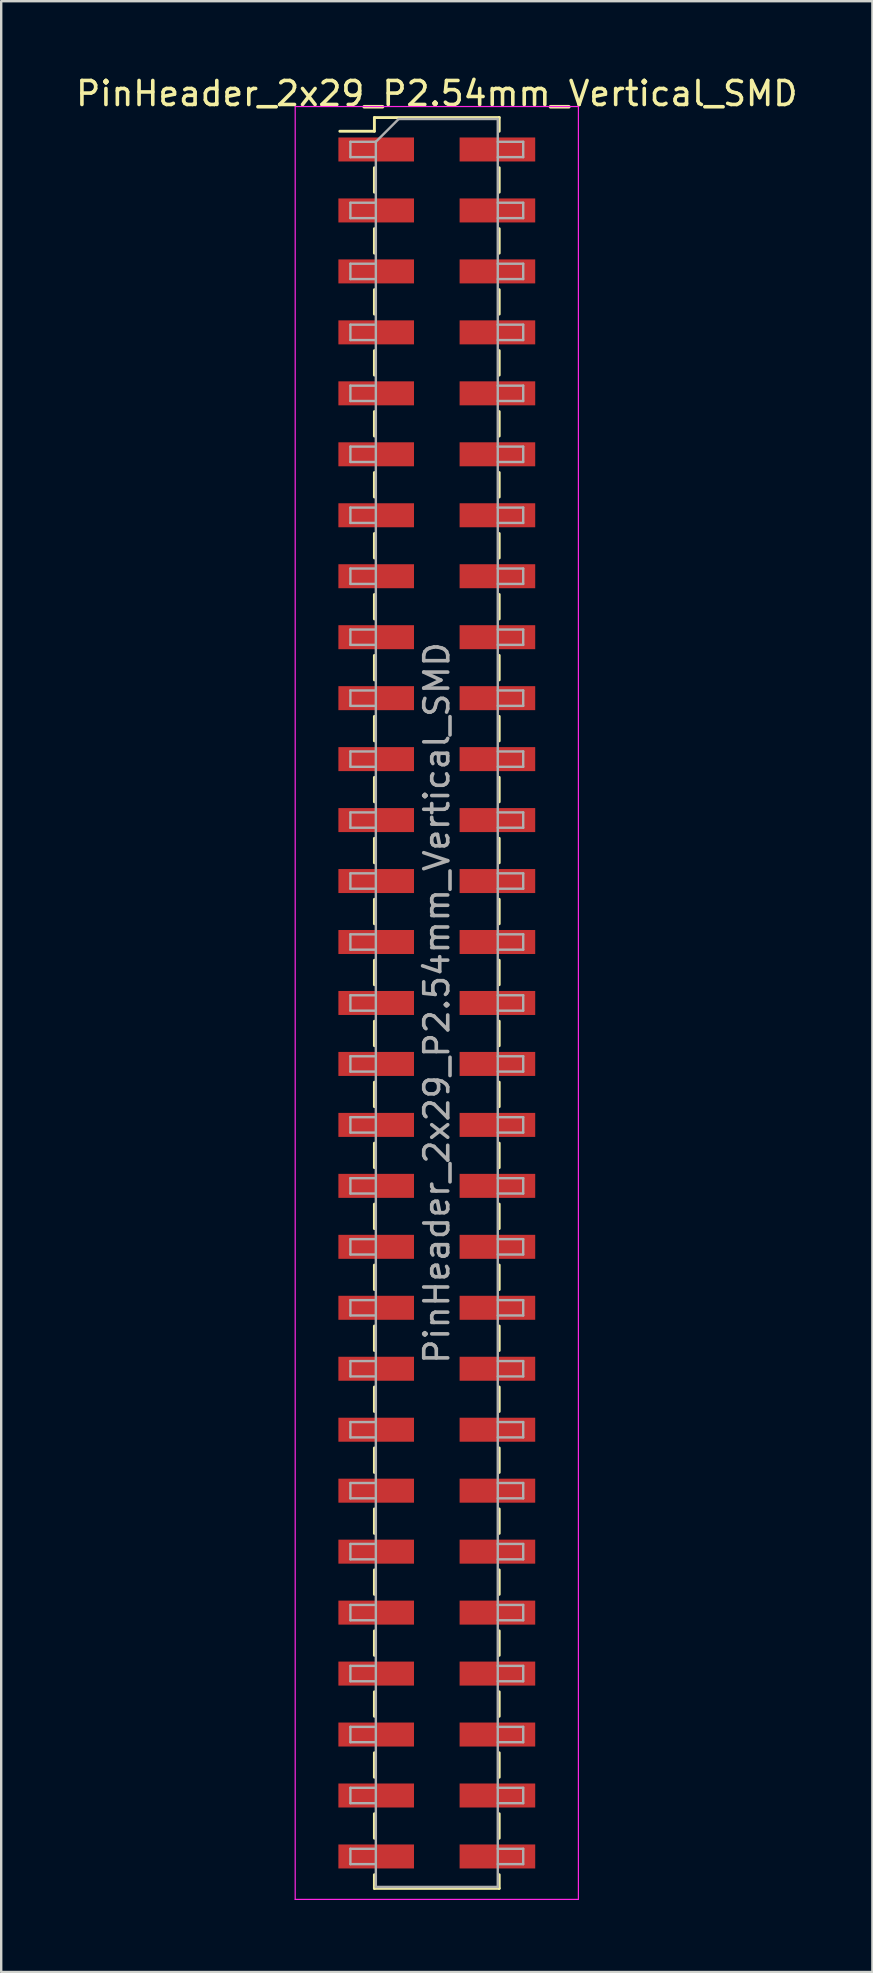
<source format=kicad_pcb>
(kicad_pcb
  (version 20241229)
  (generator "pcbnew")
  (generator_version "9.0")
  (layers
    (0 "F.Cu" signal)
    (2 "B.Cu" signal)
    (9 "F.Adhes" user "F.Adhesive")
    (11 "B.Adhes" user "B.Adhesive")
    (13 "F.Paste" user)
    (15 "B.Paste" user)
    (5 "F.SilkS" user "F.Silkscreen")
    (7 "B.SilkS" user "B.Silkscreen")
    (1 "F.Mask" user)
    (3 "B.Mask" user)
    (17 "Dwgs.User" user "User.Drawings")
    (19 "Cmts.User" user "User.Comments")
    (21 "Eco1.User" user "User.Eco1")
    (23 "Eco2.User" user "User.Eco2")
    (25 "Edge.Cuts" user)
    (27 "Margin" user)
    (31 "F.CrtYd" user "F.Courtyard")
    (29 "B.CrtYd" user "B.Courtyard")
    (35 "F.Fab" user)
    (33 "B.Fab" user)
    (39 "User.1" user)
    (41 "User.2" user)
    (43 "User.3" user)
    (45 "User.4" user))
  (footprint "PinHeader_2x29_P2.54mm_Vertical_SMD"
    (layer "F.Cu")
    (at 15.149 38.738)
    (property "Reference" "PinHeader_2x29_P2.54mm_Vertical_SMD" (at 0 -37.89 0) (layer "F.SilkS") (effects (font (size 1 1) (thickness 0.15))))
    (attr smd)
    (fp_line (start -4.04 -36.32) (end -2.6 -36.32) (stroke (width 0.12) (type solid)) (layer "F.SilkS"))
    (fp_line (start -2.6 -36.89) (end -2.6 -36.32) (stroke (width 0.12) (type solid)) (layer "F.SilkS"))
    (fp_line (start -2.6 -36.89) (end 2.6 -36.89) (stroke (width 0.12) (type solid)) (layer "F.SilkS"))
    (fp_line (start -2.6 -34.8) (end -2.6 -33.78) (stroke (width 0.12) (type solid)) (layer "F.SilkS"))
    (fp_line (start -2.6 -32.26) (end -2.6 -31.24) (stroke (width 0.12) (type solid)) (layer "F.SilkS"))
    (fp_line (start -2.6 -29.72) (end -2.6 -28.7) (stroke (width 0.12) (type solid)) (layer "F.SilkS"))
    (fp_line (start -2.6 -27.18) (end -2.6 -26.16) (stroke (width 0.12) (type solid)) (layer "F.SilkS"))
    (fp_line (start -2.6 -24.64) (end -2.6 -23.62) (stroke (width 0.12) (type solid)) (layer "F.SilkS"))
    (fp_line (start -2.6 -22.1) (end -2.6 -21.08) (stroke (width 0.12) (type solid)) (layer "F.SilkS"))
    (fp_line (start -2.6 -19.56) (end -2.6 -18.54) (stroke (width 0.12) (type solid)) (layer "F.SilkS"))
    (fp_line (start -2.6 -17.02) (end -2.6 -16) (stroke (width 0.12) (type solid)) (layer "F.SilkS"))
    (fp_line (start -2.6 -14.48) (end -2.6 -13.46) (stroke (width 0.12) (type solid)) (layer "F.SilkS"))
    (fp_line (start -2.6 -11.94) (end -2.6 -10.92) (stroke (width 0.12) (type solid)) (layer "F.SilkS"))
    (fp_line (start -2.6 -9.4) (end -2.6 -8.38) (stroke (width 0.12) (type solid)) (layer "F.SilkS"))
    (fp_line (start -2.6 -6.86) (end -2.6 -5.84) (stroke (width 0.12) (type solid)) (layer "F.SilkS"))
    (fp_line (start -2.6 -4.32) (end -2.6 -3.3) (stroke (width 0.12) (type solid)) (layer "F.SilkS"))
    (fp_line (start -2.6 -1.78) (end -2.6 -0.76) (stroke (width 0.12) (type solid)) (layer "F.SilkS"))
    (fp_line (start -2.6 0.76) (end -2.6 1.78) (stroke (width 0.12) (type solid)) (layer "F.SilkS"))
    (fp_line (start -2.6 3.3) (end -2.6 4.32) (stroke (width 0.12) (type solid)) (layer "F.SilkS"))
    (fp_line (start -2.6 5.84) (end -2.6 6.86) (stroke (width 0.12) (type solid)) (layer "F.SilkS"))
    (fp_line (start -2.6 8.38) (end -2.6 9.4) (stroke (width 0.12) (type solid)) (layer "F.SilkS"))
    (fp_line (start -2.6 10.92) (end -2.6 11.94) (stroke (width 0.12) (type solid)) (layer "F.SilkS"))
    (fp_line (start -2.6 13.46) (end -2.6 14.48) (stroke (width 0.12) (type solid)) (layer "F.SilkS"))
    (fp_line (start -2.6 16) (end -2.6 17.02) (stroke (width 0.12) (type solid)) (layer "F.SilkS"))
    (fp_line (start -2.6 18.54) (end -2.6 19.56) (stroke (width 0.12) (type solid)) (layer "F.SilkS"))
    (fp_line (start -2.6 21.08) (end -2.6 22.1) (stroke (width 0.12) (type solid)) (layer "F.SilkS"))
    (fp_line (start -2.6 23.62) (end -2.6 24.64) (stroke (width 0.12) (type solid)) (layer "F.SilkS"))
    (fp_line (start -2.6 26.16) (end -2.6 27.18) (stroke (width 0.12) (type solid)) (layer "F.SilkS"))
    (fp_line (start -2.6 28.7) (end -2.6 29.72) (stroke (width 0.12) (type solid)) (layer "F.SilkS"))
    (fp_line (start -2.6 31.24) (end -2.6 32.26) (stroke (width 0.12) (type solid)) (layer "F.SilkS"))
    (fp_line (start -2.6 33.78) (end -2.6 34.8) (stroke (width 0.12) (type solid)) (layer "F.SilkS"))
    (fp_line (start -2.6 36.32) (end -2.6 36.89) (stroke (width 0.12) (type solid)) (layer "F.SilkS"))
    (fp_line (start -2.6 36.89) (end 2.6 36.89) (stroke (width 0.12) (type solid)) (layer "F.SilkS"))
    (fp_line (start 2.6 -36.89) (end 2.6 -36.32) (stroke (width 0.12) (type solid)) (layer "F.SilkS"))
    (fp_line (start 2.6 -34.8) (end 2.6 -33.78) (stroke (width 0.12) (type solid)) (layer "F.SilkS"))
    (fp_line (start 2.6 -32.26) (end 2.6 -31.24) (stroke (width 0.12) (type solid)) (layer "F.SilkS"))
    (fp_line (start 2.6 -29.72) (end 2.6 -28.7) (stroke (width 0.12) (type solid)) (layer "F.SilkS"))
    (fp_line (start 2.6 -27.18) (end 2.6 -26.16) (stroke (width 0.12) (type solid)) (layer "F.SilkS"))
    (fp_line (start 2.6 -24.64) (end 2.6 -23.62) (stroke (width 0.12) (type solid)) (layer "F.SilkS"))
    (fp_line (start 2.6 -22.1) (end 2.6 -21.08) (stroke (width 0.12) (type solid)) (layer "F.SilkS"))
    (fp_line (start 2.6 -19.56) (end 2.6 -18.54) (stroke (width 0.12) (type solid)) (layer "F.SilkS"))
    (fp_line (start 2.6 -17.02) (end 2.6 -16) (stroke (width 0.12) (type solid)) (layer "F.SilkS"))
    (fp_line (start 2.6 -14.48) (end 2.6 -13.46) (stroke (width 0.12) (type solid)) (layer "F.SilkS"))
    (fp_line (start 2.6 -11.94) (end 2.6 -10.92) (stroke (width 0.12) (type solid)) (layer "F.SilkS"))
    (fp_line (start 2.6 -9.4) (end 2.6 -8.38) (stroke (width 0.12) (type solid)) (layer "F.SilkS"))
    (fp_line (start 2.6 -6.86) (end 2.6 -5.84) (stroke (width 0.12) (type solid)) (layer "F.SilkS"))
    (fp_line (start 2.6 -4.32) (end 2.6 -3.3) (stroke (width 0.12) (type solid)) (layer "F.SilkS"))
    (fp_line (start 2.6 -1.78) (end 2.6 -0.76) (stroke (width 0.12) (type solid)) (layer "F.SilkS"))
    (fp_line (start 2.6 0.76) (end 2.6 1.78) (stroke (width 0.12) (type solid)) (layer "F.SilkS"))
    (fp_line (start 2.6 3.3) (end 2.6 4.32) (stroke (width 0.12) (type solid)) (layer "F.SilkS"))
    (fp_line (start 2.6 5.84) (end 2.6 6.86) (stroke (width 0.12) (type solid)) (layer "F.SilkS"))
    (fp_line (start 2.6 8.38) (end 2.6 9.4) (stroke (width 0.12) (type solid)) (layer "F.SilkS"))
    (fp_line (start 2.6 10.92) (end 2.6 11.94) (stroke (width 0.12) (type solid)) (layer "F.SilkS"))
    (fp_line (start 2.6 13.46) (end 2.6 14.48) (stroke (width 0.12) (type solid)) (layer "F.SilkS"))
    (fp_line (start 2.6 16) (end 2.6 17.02) (stroke (width 0.12) (type solid)) (layer "F.SilkS"))
    (fp_line (start 2.6 18.54) (end 2.6 19.56) (stroke (width 0.12) (type solid)) (layer "F.SilkS"))
    (fp_line (start 2.6 21.08) (end 2.6 22.1) (stroke (width 0.12) (type solid)) (layer "F.SilkS"))
    (fp_line (start 2.6 23.62) (end 2.6 24.64) (stroke (width 0.12) (type solid)) (layer "F.SilkS"))
    (fp_line (start 2.6 26.16) (end 2.6 27.18) (stroke (width 0.12) (type solid)) (layer "F.SilkS"))
    (fp_line (start 2.6 28.7) (end 2.6 29.72) (stroke (width 0.12) (type solid)) (layer "F.SilkS"))
    (fp_line (start 2.6 31.24) (end 2.6 32.26) (stroke (width 0.12) (type solid)) (layer "F.SilkS"))
    (fp_line (start 2.6 33.78) (end 2.6 34.8) (stroke (width 0.12) (type solid)) (layer "F.SilkS"))
    (fp_line (start 2.6 36.32) (end 2.6 36.89) (stroke (width 0.12) (type solid)) (layer "F.SilkS"))
    (fp_line (start -5.9 -37.35) (end -5.9 37.35) (stroke (width 0.05) (type solid)) (layer "F.CrtYd"))
    (fp_line (start -5.9 37.35) (end 5.9 37.35) (stroke (width 0.05) (type solid)) (layer "F.CrtYd"))
    (fp_line (start 5.9 -37.35) (end -5.9 -37.35) (stroke (width 0.05) (type solid)) (layer "F.CrtYd"))
    (fp_line (start 5.9 37.35) (end 5.9 -37.35) (stroke (width 0.05) (type solid)) (layer "F.CrtYd"))
    (fp_line (start -3.6 -35.88) (end -3.6 -35.24) (stroke (width 0.1) (type solid)) (layer "F.Fab"))
    (fp_line (start -3.6 -35.24) (end -2.54 -35.24) (stroke (width 0.1) (type solid)) (layer "F.Fab"))
    (fp_line (start -3.6 -33.34) (end -3.6 -32.7) (stroke (width 0.1) (type solid)) (layer "F.Fab"))
    (fp_line (start -3.6 -32.7) (end -2.54 -32.7) (stroke (width 0.1) (type solid)) (layer "F.Fab"))
    (fp_line (start -3.6 -30.8) (end -3.6 -30.16) (stroke (width 0.1) (type solid)) (layer "F.Fab"))
    (fp_line (start -3.6 -30.16) (end -2.54 -30.16) (stroke (width 0.1) (type solid)) (layer "F.Fab"))
    (fp_line (start -3.6 -28.26) (end -3.6 -27.62) (stroke (width 0.1) (type solid)) (layer "F.Fab"))
    (fp_line (start -3.6 -27.62) (end -2.54 -27.62) (stroke (width 0.1) (type solid)) (layer "F.Fab"))
    (fp_line (start -3.6 -25.72) (end -3.6 -25.08) (stroke (width 0.1) (type solid)) (layer "F.Fab"))
    (fp_line (start -3.6 -25.08) (end -2.54 -25.08) (stroke (width 0.1) (type solid)) (layer "F.Fab"))
    (fp_line (start -3.6 -23.18) (end -3.6 -22.54) (stroke (width 0.1) (type solid)) (layer "F.Fab"))
    (fp_line (start -3.6 -22.54) (end -2.54 -22.54) (stroke (width 0.1) (type solid)) (layer "F.Fab"))
    (fp_line (start -3.6 -20.64) (end -3.6 -20) (stroke (width 0.1) (type solid)) (layer "F.Fab"))
    (fp_line (start -3.6 -20) (end -2.54 -20) (stroke (width 0.1) (type solid)) (layer "F.Fab"))
    (fp_line (start -3.6 -18.1) (end -3.6 -17.46) (stroke (width 0.1) (type solid)) (layer "F.Fab"))
    (fp_line (start -3.6 -17.46) (end -2.54 -17.46) (stroke (width 0.1) (type solid)) (layer "F.Fab"))
    (fp_line (start -3.6 -15.56) (end -3.6 -14.92) (stroke (width 0.1) (type solid)) (layer "F.Fab"))
    (fp_line (start -3.6 -14.92) (end -2.54 -14.92) (stroke (width 0.1) (type solid)) (layer "F.Fab"))
    (fp_line (start -3.6 -13.02) (end -3.6 -12.38) (stroke (width 0.1) (type solid)) (layer "F.Fab"))
    (fp_line (start -3.6 -12.38) (end -2.54 -12.38) (stroke (width 0.1) (type solid)) (layer "F.Fab"))
    (fp_line (start -3.6 -10.48) (end -3.6 -9.84) (stroke (width 0.1) (type solid)) (layer "F.Fab"))
    (fp_line (start -3.6 -9.84) (end -2.54 -9.84) (stroke (width 0.1) (type solid)) (layer "F.Fab"))
    (fp_line (start -3.6 -7.94) (end -3.6 -7.3) (stroke (width 0.1) (type solid)) (layer "F.Fab"))
    (fp_line (start -3.6 -7.3) (end -2.54 -7.3) (stroke (width 0.1) (type solid)) (layer "F.Fab"))
    (fp_line (start -3.6 -5.4) (end -3.6 -4.76) (stroke (width 0.1) (type solid)) (layer "F.Fab"))
    (fp_line (start -3.6 -4.76) (end -2.54 -4.76) (stroke (width 0.1) (type solid)) (layer "F.Fab"))
    (fp_line (start -3.6 -2.86) (end -3.6 -2.22) (stroke (width 0.1) (type solid)) (layer "F.Fab"))
    (fp_line (start -3.6 -2.22) (end -2.54 -2.22) (stroke (width 0.1) (type solid)) (layer "F.Fab"))
    (fp_line (start -3.6 -0.32) (end -3.6 0.32) (stroke (width 0.1) (type solid)) (layer "F.Fab"))
    (fp_line (start -3.6 0.32) (end -2.54 0.32) (stroke (width 0.1) (type solid)) (layer "F.Fab"))
    (fp_line (start -3.6 2.22) (end -3.6 2.86) (stroke (width 0.1) (type solid)) (layer "F.Fab"))
    (fp_line (start -3.6 2.86) (end -2.54 2.86) (stroke (width 0.1) (type solid)) (layer "F.Fab"))
    (fp_line (start -3.6 4.76) (end -3.6 5.4) (stroke (width 0.1) (type solid)) (layer "F.Fab"))
    (fp_line (start -3.6 5.4) (end -2.54 5.4) (stroke (width 0.1) (type solid)) (layer "F.Fab"))
    (fp_line (start -3.6 7.3) (end -3.6 7.94) (stroke (width 0.1) (type solid)) (layer "F.Fab"))
    (fp_line (start -3.6 7.94) (end -2.54 7.94) (stroke (width 0.1) (type solid)) (layer "F.Fab"))
    (fp_line (start -3.6 9.84) (end -3.6 10.48) (stroke (width 0.1) (type solid)) (layer "F.Fab"))
    (fp_line (start -3.6 10.48) (end -2.54 10.48) (stroke (width 0.1) (type solid)) (layer "F.Fab"))
    (fp_line (start -3.6 12.38) (end -3.6 13.02) (stroke (width 0.1) (type solid)) (layer "F.Fab"))
    (fp_line (start -3.6 13.02) (end -2.54 13.02) (stroke (width 0.1) (type solid)) (layer "F.Fab"))
    (fp_line (start -3.6 14.92) (end -3.6 15.56) (stroke (width 0.1) (type solid)) (layer "F.Fab"))
    (fp_line (start -3.6 15.56) (end -2.54 15.56) (stroke (width 0.1) (type solid)) (layer "F.Fab"))
    (fp_line (start -3.6 17.46) (end -3.6 18.1) (stroke (width 0.1) (type solid)) (layer "F.Fab"))
    (fp_line (start -3.6 18.1) (end -2.54 18.1) (stroke (width 0.1) (type solid)) (layer "F.Fab"))
    (fp_line (start -3.6 20) (end -3.6 20.64) (stroke (width 0.1) (type solid)) (layer "F.Fab"))
    (fp_line (start -3.6 20.64) (end -2.54 20.64) (stroke (width 0.1) (type solid)) (layer "F.Fab"))
    (fp_line (start -3.6 22.54) (end -3.6 23.18) (stroke (width 0.1) (type solid)) (layer "F.Fab"))
    (fp_line (start -3.6 23.18) (end -2.54 23.18) (stroke (width 0.1) (type solid)) (layer "F.Fab"))
    (fp_line (start -3.6 25.08) (end -3.6 25.72) (stroke (width 0.1) (type solid)) (layer "F.Fab"))
    (fp_line (start -3.6 25.72) (end -2.54 25.72) (stroke (width 0.1) (type solid)) (layer "F.Fab"))
    (fp_line (start -3.6 27.62) (end -3.6 28.26) (stroke (width 0.1) (type solid)) (layer "F.Fab"))
    (fp_line (start -3.6 28.26) (end -2.54 28.26) (stroke (width 0.1) (type solid)) (layer "F.Fab"))
    (fp_line (start -3.6 30.16) (end -3.6 30.8) (stroke (width 0.1) (type solid)) (layer "F.Fab"))
    (fp_line (start -3.6 30.8) (end -2.54 30.8) (stroke (width 0.1) (type solid)) (layer "F.Fab"))
    (fp_line (start -3.6 32.7) (end -3.6 33.34) (stroke (width 0.1) (type solid)) (layer "F.Fab"))
    (fp_line (start -3.6 33.34) (end -2.54 33.34) (stroke (width 0.1) (type solid)) (layer "F.Fab"))
    (fp_line (start -3.6 35.24) (end -3.6 35.88) (stroke (width 0.1) (type solid)) (layer "F.Fab"))
    (fp_line (start -3.6 35.88) (end -2.54 35.88) (stroke (width 0.1) (type solid)) (layer "F.Fab"))
    (fp_line (start -2.54 -35.88) (end -3.6 -35.88) (stroke (width 0.1) (type solid)) (layer "F.Fab"))
    (fp_line (start -2.54 -35.88) (end -1.59 -36.83) (stroke (width 0.1) (type solid)) (layer "F.Fab"))
    (fp_line (start -2.54 -33.34) (end -3.6 -33.34) (stroke (width 0.1) (type solid)) (layer "F.Fab"))
    (fp_line (start -2.54 -30.8) (end -3.6 -30.8) (stroke (width 0.1) (type solid)) (layer "F.Fab"))
    (fp_line (start -2.54 -28.26) (end -3.6 -28.26) (stroke (width 0.1) (type solid)) (layer "F.Fab"))
    (fp_line (start -2.54 -25.72) (end -3.6 -25.72) (stroke (width 0.1) (type solid)) (layer "F.Fab"))
    (fp_line (start -2.54 -23.18) (end -3.6 -23.18) (stroke (width 0.1) (type solid)) (layer "F.Fab"))
    (fp_line (start -2.54 -20.64) (end -3.6 -20.64) (stroke (width 0.1) (type solid)) (layer "F.Fab"))
    (fp_line (start -2.54 -18.1) (end -3.6 -18.1) (stroke (width 0.1) (type solid)) (layer "F.Fab"))
    (fp_line (start -2.54 -15.56) (end -3.6 -15.56) (stroke (width 0.1) (type solid)) (layer "F.Fab"))
    (fp_line (start -2.54 -13.02) (end -3.6 -13.02) (stroke (width 0.1) (type solid)) (layer "F.Fab"))
    (fp_line (start -2.54 -10.48) (end -3.6 -10.48) (stroke (width 0.1) (type solid)) (layer "F.Fab"))
    (fp_line (start -2.54 -7.94) (end -3.6 -7.94) (stroke (width 0.1) (type solid)) (layer "F.Fab"))
    (fp_line (start -2.54 -5.4) (end -3.6 -5.4) (stroke (width 0.1) (type solid)) (layer "F.Fab"))
    (fp_line (start -2.54 -2.86) (end -3.6 -2.86) (stroke (width 0.1) (type solid)) (layer "F.Fab"))
    (fp_line (start -2.54 -0.32) (end -3.6 -0.32) (stroke (width 0.1) (type solid)) (layer "F.Fab"))
    (fp_line (start -2.54 2.22) (end -3.6 2.22) (stroke (width 0.1) (type solid)) (layer "F.Fab"))
    (fp_line (start -2.54 4.76) (end -3.6 4.76) (stroke (width 0.1) (type solid)) (layer "F.Fab"))
    (fp_line (start -2.54 7.3) (end -3.6 7.3) (stroke (width 0.1) (type solid)) (layer "F.Fab"))
    (fp_line (start -2.54 9.84) (end -3.6 9.84) (stroke (width 0.1) (type solid)) (layer "F.Fab"))
    (fp_line (start -2.54 12.38) (end -3.6 12.38) (stroke (width 0.1) (type solid)) (layer "F.Fab"))
    (fp_line (start -2.54 14.92) (end -3.6 14.92) (stroke (width 0.1) (type solid)) (layer "F.Fab"))
    (fp_line (start -2.54 17.46) (end -3.6 17.46) (stroke (width 0.1) (type solid)) (layer "F.Fab"))
    (fp_line (start -2.54 20) (end -3.6 20) (stroke (width 0.1) (type solid)) (layer "F.Fab"))
    (fp_line (start -2.54 22.54) (end -3.6 22.54) (stroke (width 0.1) (type solid)) (layer "F.Fab"))
    (fp_line (start -2.54 25.08) (end -3.6 25.08) (stroke (width 0.1) (type solid)) (layer "F.Fab"))
    (fp_line (start -2.54 27.62) (end -3.6 27.62) (stroke (width 0.1) (type solid)) (layer "F.Fab"))
    (fp_line (start -2.54 30.16) (end -3.6 30.16) (stroke (width 0.1) (type solid)) (layer "F.Fab"))
    (fp_line (start -2.54 32.7) (end -3.6 32.7) (stroke (width 0.1) (type solid)) (layer "F.Fab"))
    (fp_line (start -2.54 35.24) (end -3.6 35.24) (stroke (width 0.1) (type solid)) (layer "F.Fab"))
    (fp_line (start -2.54 36.83) (end -2.54 -35.88) (stroke (width 0.1) (type solid)) (layer "F.Fab"))
    (fp_line (start -1.59 -36.83) (end 2.54 -36.83) (stroke (width 0.1) (type solid)) (layer "F.Fab"))
    (fp_line (start 2.54 -36.83) (end 2.54 36.83) (stroke (width 0.1) (type solid)) (layer "F.Fab"))
    (fp_line (start 2.54 -35.88) (end 3.6 -35.88) (stroke (width 0.1) (type solid)) (layer "F.Fab"))
    (fp_line (start 2.54 -33.34) (end 3.6 -33.34) (stroke (width 0.1) (type solid)) (layer "F.Fab"))
    (fp_line (start 2.54 -30.8) (end 3.6 -30.8) (stroke (width 0.1) (type solid)) (layer "F.Fab"))
    (fp_line (start 2.54 -28.26) (end 3.6 -28.26) (stroke (width 0.1) (type solid)) (layer "F.Fab"))
    (fp_line (start 2.54 -25.72) (end 3.6 -25.72) (stroke (width 0.1) (type solid)) (layer "F.Fab"))
    (fp_line (start 2.54 -23.18) (end 3.6 -23.18) (stroke (width 0.1) (type solid)) (layer "F.Fab"))
    (fp_line (start 2.54 -20.64) (end 3.6 -20.64) (stroke (width 0.1) (type solid)) (layer "F.Fab"))
    (fp_line (start 2.54 -18.1) (end 3.6 -18.1) (stroke (width 0.1) (type solid)) (layer "F.Fab"))
    (fp_line (start 2.54 -15.56) (end 3.6 -15.56) (stroke (width 0.1) (type solid)) (layer "F.Fab"))
    (fp_line (start 2.54 -13.02) (end 3.6 -13.02) (stroke (width 0.1) (type solid)) (layer "F.Fab"))
    (fp_line (start 2.54 -10.48) (end 3.6 -10.48) (stroke (width 0.1) (type solid)) (layer "F.Fab"))
    (fp_line (start 2.54 -7.94) (end 3.6 -7.94) (stroke (width 0.1) (type solid)) (layer "F.Fab"))
    (fp_line (start 2.54 -5.4) (end 3.6 -5.4) (stroke (width 0.1) (type solid)) (layer "F.Fab"))
    (fp_line (start 2.54 -2.86) (end 3.6 -2.86) (stroke (width 0.1) (type solid)) (layer "F.Fab"))
    (fp_line (start 2.54 -0.32) (end 3.6 -0.32) (stroke (width 0.1) (type solid)) (layer "F.Fab"))
    (fp_line (start 2.54 2.22) (end 3.6 2.22) (stroke (width 0.1) (type solid)) (layer "F.Fab"))
    (fp_line (start 2.54 4.76) (end 3.6 4.76) (stroke (width 0.1) (type solid)) (layer "F.Fab"))
    (fp_line (start 2.54 7.3) (end 3.6 7.3) (stroke (width 0.1) (type solid)) (layer "F.Fab"))
    (fp_line (start 2.54 9.84) (end 3.6 9.84) (stroke (width 0.1) (type solid)) (layer "F.Fab"))
    (fp_line (start 2.54 12.38) (end 3.6 12.38) (stroke (width 0.1) (type solid)) (layer "F.Fab"))
    (fp_line (start 2.54 14.92) (end 3.6 14.92) (stroke (width 0.1) (type solid)) (layer "F.Fab"))
    (fp_line (start 2.54 17.46) (end 3.6 17.46) (stroke (width 0.1) (type solid)) (layer "F.Fab"))
    (fp_line (start 2.54 20) (end 3.6 20) (stroke (width 0.1) (type solid)) (layer "F.Fab"))
    (fp_line (start 2.54 22.54) (end 3.6 22.54) (stroke (width 0.1) (type solid)) (layer "F.Fab"))
    (fp_line (start 2.54 25.08) (end 3.6 25.08) (stroke (width 0.1) (type solid)) (layer "F.Fab"))
    (fp_line (start 2.54 27.62) (end 3.6 27.62) (stroke (width 0.1) (type solid)) (layer "F.Fab"))
    (fp_line (start 2.54 30.16) (end 3.6 30.16) (stroke (width 0.1) (type solid)) (layer "F.Fab"))
    (fp_line (start 2.54 32.7) (end 3.6 32.7) (stroke (width 0.1) (type solid)) (layer "F.Fab"))
    (fp_line (start 2.54 35.24) (end 3.6 35.24) (stroke (width 0.1) (type solid)) (layer "F.Fab"))
    (fp_line (start 2.54 36.83) (end -2.54 36.83) (stroke (width 0.1) (type solid)) (layer "F.Fab"))
    (fp_line (start 3.6 -35.88) (end 3.6 -35.24) (stroke (width 0.1) (type solid)) (layer "F.Fab"))
    (fp_line (start 3.6 -35.24) (end 2.54 -35.24) (stroke (width 0.1) (type solid)) (layer "F.Fab"))
    (fp_line (start 3.6 -33.34) (end 3.6 -32.7) (stroke (width 0.1) (type solid)) (layer "F.Fab"))
    (fp_line (start 3.6 -32.7) (end 2.54 -32.7) (stroke (width 0.1) (type solid)) (layer "F.Fab"))
    (fp_line (start 3.6 -30.8) (end 3.6 -30.16) (stroke (width 0.1) (type solid)) (layer "F.Fab"))
    (fp_line (start 3.6 -30.16) (end 2.54 -30.16) (stroke (width 0.1) (type solid)) (layer "F.Fab"))
    (fp_line (start 3.6 -28.26) (end 3.6 -27.62) (stroke (width 0.1) (type solid)) (layer "F.Fab"))
    (fp_line (start 3.6 -27.62) (end 2.54 -27.62) (stroke (width 0.1) (type solid)) (layer "F.Fab"))
    (fp_line (start 3.6 -25.72) (end 3.6 -25.08) (stroke (width 0.1) (type solid)) (layer "F.Fab"))
    (fp_line (start 3.6 -25.08) (end 2.54 -25.08) (stroke (width 0.1) (type solid)) (layer "F.Fab"))
    (fp_line (start 3.6 -23.18) (end 3.6 -22.54) (stroke (width 0.1) (type solid)) (layer "F.Fab"))
    (fp_line (start 3.6 -22.54) (end 2.54 -22.54) (stroke (width 0.1) (type solid)) (layer "F.Fab"))
    (fp_line (start 3.6 -20.64) (end 3.6 -20) (stroke (width 0.1) (type solid)) (layer "F.Fab"))
    (fp_line (start 3.6 -20) (end 2.54 -20) (stroke (width 0.1) (type solid)) (layer "F.Fab"))
    (fp_line (start 3.6 -18.1) (end 3.6 -17.46) (stroke (width 0.1) (type solid)) (layer "F.Fab"))
    (fp_line (start 3.6 -17.46) (end 2.54 -17.46) (stroke (width 0.1) (type solid)) (layer "F.Fab"))
    (fp_line (start 3.6 -15.56) (end 3.6 -14.92) (stroke (width 0.1) (type solid)) (layer "F.Fab"))
    (fp_line (start 3.6 -14.92) (end 2.54 -14.92) (stroke (width 0.1) (type solid)) (layer "F.Fab"))
    (fp_line (start 3.6 -13.02) (end 3.6 -12.38) (stroke (width 0.1) (type solid)) (layer "F.Fab"))
    (fp_line (start 3.6 -12.38) (end 2.54 -12.38) (stroke (width 0.1) (type solid)) (layer "F.Fab"))
    (fp_line (start 3.6 -10.48) (end 3.6 -9.84) (stroke (width 0.1) (type solid)) (layer "F.Fab"))
    (fp_line (start 3.6 -9.84) (end 2.54 -9.84) (stroke (width 0.1) (type solid)) (layer "F.Fab"))
    (fp_line (start 3.6 -7.94) (end 3.6 -7.3) (stroke (width 0.1) (type solid)) (layer "F.Fab"))
    (fp_line (start 3.6 -7.3) (end 2.54 -7.3) (stroke (width 0.1) (type solid)) (layer "F.Fab"))
    (fp_line (start 3.6 -5.4) (end 3.6 -4.76) (stroke (width 0.1) (type solid)) (layer "F.Fab"))
    (fp_line (start 3.6 -4.76) (end 2.54 -4.76) (stroke (width 0.1) (type solid)) (layer "F.Fab"))
    (fp_line (start 3.6 -2.86) (end 3.6 -2.22) (stroke (width 0.1) (type solid)) (layer "F.Fab"))
    (fp_line (start 3.6 -2.22) (end 2.54 -2.22) (stroke (width 0.1) (type solid)) (layer "F.Fab"))
    (fp_line (start 3.6 -0.32) (end 3.6 0.32) (stroke (width 0.1) (type solid)) (layer "F.Fab"))
    (fp_line (start 3.6 0.32) (end 2.54 0.32) (stroke (width 0.1) (type solid)) (layer "F.Fab"))
    (fp_line (start 3.6 2.22) (end 3.6 2.86) (stroke (width 0.1) (type solid)) (layer "F.Fab"))
    (fp_line (start 3.6 2.86) (end 2.54 2.86) (stroke (width 0.1) (type solid)) (layer "F.Fab"))
    (fp_line (start 3.6 4.76) (end 3.6 5.4) (stroke (width 0.1) (type solid)) (layer "F.Fab"))
    (fp_line (start 3.6 5.4) (end 2.54 5.4) (stroke (width 0.1) (type solid)) (layer "F.Fab"))
    (fp_line (start 3.6 7.3) (end 3.6 7.94) (stroke (width 0.1) (type solid)) (layer "F.Fab"))
    (fp_line (start 3.6 7.94) (end 2.54 7.94) (stroke (width 0.1) (type solid)) (layer "F.Fab"))
    (fp_line (start 3.6 9.84) (end 3.6 10.48) (stroke (width 0.1) (type solid)) (layer "F.Fab"))
    (fp_line (start 3.6 10.48) (end 2.54 10.48) (stroke (width 0.1) (type solid)) (layer "F.Fab"))
    (fp_line (start 3.6 12.38) (end 3.6 13.02) (stroke (width 0.1) (type solid)) (layer "F.Fab"))
    (fp_line (start 3.6 13.02) (end 2.54 13.02) (stroke (width 0.1) (type solid)) (layer "F.Fab"))
    (fp_line (start 3.6 14.92) (end 3.6 15.56) (stroke (width 0.1) (type solid)) (layer "F.Fab"))
    (fp_line (start 3.6 15.56) (end 2.54 15.56) (stroke (width 0.1) (type solid)) (layer "F.Fab"))
    (fp_line (start 3.6 17.46) (end 3.6 18.1) (stroke (width 0.1) (type solid)) (layer "F.Fab"))
    (fp_line (start 3.6 18.1) (end 2.54 18.1) (stroke (width 0.1) (type solid)) (layer "F.Fab"))
    (fp_line (start 3.6 20) (end 3.6 20.64) (stroke (width 0.1) (type solid)) (layer "F.Fab"))
    (fp_line (start 3.6 20.64) (end 2.54 20.64) (stroke (width 0.1) (type solid)) (layer "F.Fab"))
    (fp_line (start 3.6 22.54) (end 3.6 23.18) (stroke (width 0.1) (type solid)) (layer "F.Fab"))
    (fp_line (start 3.6 23.18) (end 2.54 23.18) (stroke (width 0.1) (type solid)) (layer "F.Fab"))
    (fp_line (start 3.6 25.08) (end 3.6 25.72) (stroke (width 0.1) (type solid)) (layer "F.Fab"))
    (fp_line (start 3.6 25.72) (end 2.54 25.72) (stroke (width 0.1) (type solid)) (layer "F.Fab"))
    (fp_line (start 3.6 27.62) (end 3.6 28.26) (stroke (width 0.1) (type solid)) (layer "F.Fab"))
    (fp_line (start 3.6 28.26) (end 2.54 28.26) (stroke (width 0.1) (type solid)) (layer "F.Fab"))
    (fp_line (start 3.6 30.16) (end 3.6 30.8) (stroke (width 0.1) (type solid)) (layer "F.Fab"))
    (fp_line (start 3.6 30.8) (end 2.54 30.8) (stroke (width 0.1) (type solid)) (layer "F.Fab"))
    (fp_line (start 3.6 32.7) (end 3.6 33.34) (stroke (width 0.1) (type solid)) (layer "F.Fab"))
    (fp_line (start 3.6 33.34) (end 2.54 33.34) (stroke (width 0.1) (type solid)) (layer "F.Fab"))
    (fp_line (start 3.6 35.24) (end 3.6 35.88) (stroke (width 0.1) (type solid)) (layer "F.Fab"))
    (fp_line (start 3.6 35.88) (end 2.54 35.88) (stroke (width 0.1) (type solid)) (layer "F.Fab"))
    (fp_text user "${REFERENCE}" (at 0 0 90) (layer "F.Fab") (effects (font (size 1 1) (thickness 0.15))))
    (pad "1" smd rect (at -2.525 -35.56) (size 3.15 1) (layers "F.Cu" "F.Mask" "F.Paste"))
    (pad "2" smd rect (at 2.525 -35.56) (size 3.15 1) (layers "F.Cu" "F.Mask" "F.Paste"))
    (pad "3" smd rect (at -2.525 -33.02) (size 3.15 1) (layers "F.Cu" "F.Mask" "F.Paste"))
    (pad "4" smd rect (at 2.525 -33.02) (size 3.15 1) (layers "F.Cu" "F.Mask" "F.Paste"))
    (pad "5" smd rect (at -2.525 -30.48) (size 3.15 1) (layers "F.Cu" "F.Mask" "F.Paste"))
    (pad "6" smd rect (at 2.525 -30.48) (size 3.15 1) (layers "F.Cu" "F.Mask" "F.Paste"))
    (pad "7" smd rect (at -2.525 -27.94) (size 3.15 1) (layers "F.Cu" "F.Mask" "F.Paste"))
    (pad "8" smd rect (at 2.525 -27.94) (size 3.15 1) (layers "F.Cu" "F.Mask" "F.Paste"))
    (pad "9" smd rect (at -2.525 -25.4) (size 3.15 1) (layers "F.Cu" "F.Mask" "F.Paste"))
    (pad "10" smd rect (at 2.525 -25.4) (size 3.15 1) (layers "F.Cu" "F.Mask" "F.Paste"))
    (pad "11" smd rect (at -2.525 -22.86) (size 3.15 1) (layers "F.Cu" "F.Mask" "F.Paste"))
    (pad "12" smd rect (at 2.525 -22.86) (size 3.15 1) (layers "F.Cu" "F.Mask" "F.Paste"))
    (pad "13" smd rect (at -2.525 -20.32) (size 3.15 1) (layers "F.Cu" "F.Mask" "F.Paste"))
    (pad "14" smd rect (at 2.525 -20.32) (size 3.15 1) (layers "F.Cu" "F.Mask" "F.Paste"))
    (pad "15" smd rect (at -2.525 -17.78) (size 3.15 1) (layers "F.Cu" "F.Mask" "F.Paste"))
    (pad "16" smd rect (at 2.525 -17.78) (size 3.15 1) (layers "F.Cu" "F.Mask" "F.Paste"))
    (pad "17" smd rect (at -2.525 -15.24) (size 3.15 1) (layers "F.Cu" "F.Mask" "F.Paste"))
    (pad "18" smd rect (at 2.525 -15.24) (size 3.15 1) (layers "F.Cu" "F.Mask" "F.Paste"))
    (pad "19" smd rect (at -2.525 -12.7) (size 3.15 1) (layers "F.Cu" "F.Mask" "F.Paste"))
    (pad "20" smd rect (at 2.525 -12.7) (size 3.15 1) (layers "F.Cu" "F.Mask" "F.Paste"))
    (pad "21" smd rect (at -2.525 -10.16) (size 3.15 1) (layers "F.Cu" "F.Mask" "F.Paste"))
    (pad "22" smd rect (at 2.525 -10.16) (size 3.15 1) (layers "F.Cu" "F.Mask" "F.Paste"))
    (pad "23" smd rect (at -2.525 -7.62) (size 3.15 1) (layers "F.Cu" "F.Mask" "F.Paste"))
    (pad "24" smd rect (at 2.525 -7.62) (size 3.15 1) (layers "F.Cu" "F.Mask" "F.Paste"))
    (pad "25" smd rect (at -2.525 -5.08) (size 3.15 1) (layers "F.Cu" "F.Mask" "F.Paste"))
    (pad "26" smd rect (at 2.525 -5.08) (size 3.15 1) (layers "F.Cu" "F.Mask" "F.Paste"))
    (pad "27" smd rect (at -2.525 -2.54) (size 3.15 1) (layers "F.Cu" "F.Mask" "F.Paste"))
    (pad "28" smd rect (at 2.525 -2.54) (size 3.15 1) (layers "F.Cu" "F.Mask" "F.Paste"))
    (pad "29" smd rect (at -2.525 0) (size 3.15 1) (layers "F.Cu" "F.Mask" "F.Paste"))
    (pad "30" smd rect (at 2.525 0) (size 3.15 1) (layers "F.Cu" "F.Mask" "F.Paste"))
    (pad "31" smd rect (at -2.525 2.54) (size 3.15 1) (layers "F.Cu" "F.Mask" "F.Paste"))
    (pad "32" smd rect (at 2.525 2.54) (size 3.15 1) (layers "F.Cu" "F.Mask" "F.Paste"))
    (pad "33" smd rect (at -2.525 5.08) (size 3.15 1) (layers "F.Cu" "F.Mask" "F.Paste"))
    (pad "34" smd rect (at 2.525 5.08) (size 3.15 1) (layers "F.Cu" "F.Mask" "F.Paste"))
    (pad "35" smd rect (at -2.525 7.62) (size 3.15 1) (layers "F.Cu" "F.Mask" "F.Paste"))
    (pad "36" smd rect (at 2.525 7.62) (size 3.15 1) (layers "F.Cu" "F.Mask" "F.Paste"))
    (pad "37" smd rect (at -2.525 10.16) (size 3.15 1) (layers "F.Cu" "F.Mask" "F.Paste"))
    (pad "38" smd rect (at 2.525 10.16) (size 3.15 1) (layers "F.Cu" "F.Mask" "F.Paste"))
    (pad "39" smd rect (at -2.525 12.7) (size 3.15 1) (layers "F.Cu" "F.Mask" "F.Paste"))
    (pad "40" smd rect (at 2.525 12.7) (size 3.15 1) (layers "F.Cu" "F.Mask" "F.Paste"))
    (pad "41" smd rect (at -2.525 15.24) (size 3.15 1) (layers "F.Cu" "F.Mask" "F.Paste"))
    (pad "42" smd rect (at 2.525 15.24) (size 3.15 1) (layers "F.Cu" "F.Mask" "F.Paste"))
    (pad "43" smd rect (at -2.525 17.78) (size 3.15 1) (layers "F.Cu" "F.Mask" "F.Paste"))
    (pad "44" smd rect (at 2.525 17.78) (size 3.15 1) (layers "F.Cu" "F.Mask" "F.Paste"))
    (pad "45" smd rect (at -2.525 20.32) (size 3.15 1) (layers "F.Cu" "F.Mask" "F.Paste"))
    (pad "46" smd rect (at 2.525 20.32) (size 3.15 1) (layers "F.Cu" "F.Mask" "F.Paste"))
    (pad "47" smd rect (at -2.525 22.86) (size 3.15 1) (layers "F.Cu" "F.Mask" "F.Paste"))
    (pad "48" smd rect (at 2.525 22.86) (size 3.15 1) (layers "F.Cu" "F.Mask" "F.Paste"))
    (pad "49" smd rect (at -2.525 25.4) (size 3.15 1) (layers "F.Cu" "F.Mask" "F.Paste"))
    (pad "50" smd rect (at 2.525 25.4) (size 3.15 1) (layers "F.Cu" "F.Mask" "F.Paste"))
    (pad "51" smd rect (at -2.525 27.94) (size 3.15 1) (layers "F.Cu" "F.Mask" "F.Paste"))
    (pad "52" smd rect (at 2.525 27.94) (size 3.15 1) (layers "F.Cu" "F.Mask" "F.Paste"))
    (pad "53" smd rect (at -2.525 30.48) (size 3.15 1) (layers "F.Cu" "F.Mask" "F.Paste"))
    (pad "54" smd rect (at 2.525 30.48) (size 3.15 1) (layers "F.Cu" "F.Mask" "F.Paste"))
    (pad "55" smd rect (at -2.525 33.02) (size 3.15 1) (layers "F.Cu" "F.Mask" "F.Paste"))
    (pad "56" smd rect (at 2.525 33.02) (size 3.15 1) (layers "F.Cu" "F.Mask" "F.Paste"))
    (pad "57" smd rect (at -2.525 35.56) (size 3.15 1) (layers "F.Cu" "F.Mask" "F.Paste"))
    (pad "58" smd rect (at 2.525 35.56) (size 3.15 1) (layers "F.Cu" "F.Mask" "F.Paste")))
  (gr_rect
    (start -3 -3)
    (end 33.298 79.113)
    (stroke (width 0.1) (type default))
    (fill no)
    (layer "Edge.Cuts")))
</source>
